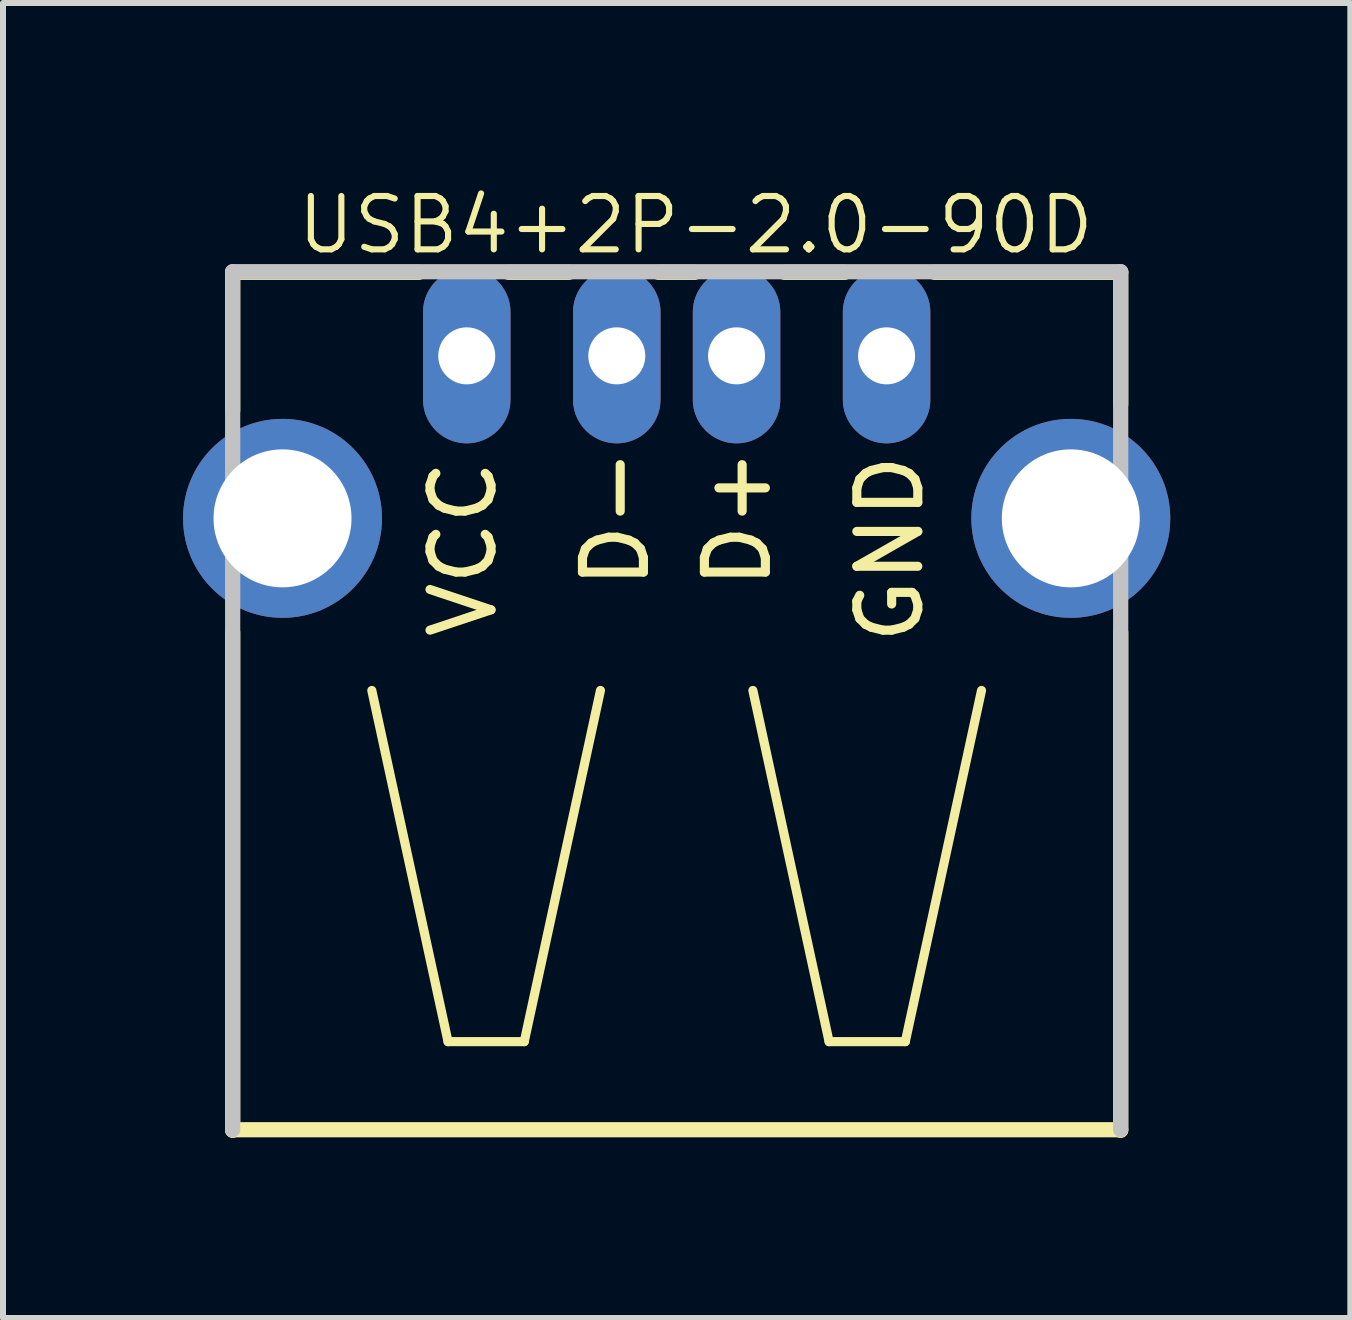
<source format=kicad_pcb>
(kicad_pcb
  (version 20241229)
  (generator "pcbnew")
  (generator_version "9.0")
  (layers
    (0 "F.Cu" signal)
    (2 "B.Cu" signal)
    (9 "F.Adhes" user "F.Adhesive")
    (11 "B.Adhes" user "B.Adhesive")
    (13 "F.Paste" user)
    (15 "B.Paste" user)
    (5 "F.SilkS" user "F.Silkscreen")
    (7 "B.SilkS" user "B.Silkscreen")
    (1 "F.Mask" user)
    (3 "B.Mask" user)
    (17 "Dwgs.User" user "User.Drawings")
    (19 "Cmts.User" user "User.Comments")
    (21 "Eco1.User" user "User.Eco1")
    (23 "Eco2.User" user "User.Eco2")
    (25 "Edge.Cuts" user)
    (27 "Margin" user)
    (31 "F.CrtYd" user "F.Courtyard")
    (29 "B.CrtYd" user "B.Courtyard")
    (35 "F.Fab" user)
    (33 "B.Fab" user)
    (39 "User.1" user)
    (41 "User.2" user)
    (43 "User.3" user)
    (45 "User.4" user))
  (footprint "USB4+2P-2.0-90D"
    (layer "F.Cu")
    (at 8.226 5.588)
    (property "Reference" "USB4+2P-2.0-90D" (at 0.318 -4.889 0) (layer "F.SilkS") (effects (font (size 0.889 0.889) (thickness 0.102))))
    (attr exclude_from_pos_files exclude_from_bom)
    (fp_line (start -7.399 -4.1) (end -7.399 -1.798) (stroke (width 0.254) (type solid)) (layer "F.SilkS"))
    (fp_line (start -7.399 10.188) (end 7.399 10.188) (stroke (width 0.254) (type solid)) (layer "F.SilkS"))
    (fp_line (start -7.399 10.198) (end -7.399 1.9) (stroke (width 0.254) (type solid)) (layer "F.SilkS"))
    (fp_line (start -5.08 2.868) (end -3.81 8.72) (stroke (width 0.152) (type solid)) (layer "F.SilkS"))
    (fp_line (start -4.298 -4.1) (end -7.399 -4.1) (stroke (width 0.254) (type solid)) (layer "F.SilkS"))
    (fp_line (start -3.81 8.72) (end -2.54 8.72) (stroke (width 0.152) (type solid)) (layer "F.SilkS"))
    (fp_line (start -2.799 -4.1) (end -1.798 -4.1) (stroke (width 0.254) (type solid)) (layer "F.SilkS"))
    (fp_line (start -2.54 8.72) (end -1.27 2.868) (stroke (width 0.152) (type solid)) (layer "F.SilkS"))
    (fp_line (start -0.3 -4.1) (end 0.3 -4.1) (stroke (width 0.254) (type solid)) (layer "F.SilkS"))
    (fp_line (start 1.27 2.868) (end 2.54 8.72) (stroke (width 0.152) (type solid)) (layer "F.SilkS"))
    (fp_line (start 1.798 -4.1) (end 2.799 -4.1) (stroke (width 0.254) (type solid)) (layer "F.SilkS"))
    (fp_line (start 2.54 8.72) (end 3.81 8.72) (stroke (width 0.152) (type solid)) (layer "F.SilkS"))
    (fp_line (start 3.81 8.72) (end 5.08 2.868) (stroke (width 0.152) (type solid)) (layer "F.SilkS"))
    (fp_line (start 4.298 -4.1) (end 7.399 -4.1) (stroke (width 0.254) (type solid)) (layer "F.SilkS"))
    (fp_line (start 7.399 -4.1) (end 7.399 -1.9) (stroke (width 0.254) (type solid)) (layer "F.SilkS"))
    (fp_line (start 7.399 1.9) (end 7.399 10.198) (stroke (width 0.254) (type solid)) (layer "F.SilkS"))
    (fp_line (start -7.399 -4.11) (end -7.399 10.188) (stroke (width 0.254) (type solid)) (layer "Dwgs.User"))
    (fp_line (start 7.399 -4.11) (end -7.399 -4.11) (stroke (width 0.254) (type solid)) (layer "Dwgs.User"))
    (fp_line (start 7.399 10.188) (end 7.399 -4.11) (stroke (width 0.254) (type solid)) (layer "Dwgs.User"))
    (fp_text user "D-" (at -1.016 0 270) (layer "F.SilkS") (effects (font (size 1.016 1.016) (thickness 0.152))))
    (fp_text user "D+" (at 1.016 0 270) (layer "F.SilkS") (effects (font (size 1.016 1.016) (thickness 0.152))))
    (fp_text user "VCC" (at -3.556 0.508 270) (layer "F.SilkS") (effects (font (size 1.016 1.016) (thickness 0.152))))
    (fp_text user "GND" (at 3.556 0.508 270) (layer "F.SilkS") (effects (font (size 1.016 1.016) (thickness 0.152))))
    (pad "1" thru_hole oval (at -3.498 -2.708 180) (size 1.458 2.916) (drill 0.95) (layers "*.Cu" "*.Paste" "*.Mask"))
    (pad "2" thru_hole oval (at -0.998 -2.708 180) (size 1.458 2.916) (drill 0.95) (layers "*.Cu" "*.Paste" "*.Mask"))
    (pad "3" thru_hole oval (at 0.998 -2.708 180) (size 1.458 2.916) (drill 0.95) (layers "*.Cu" "*.Paste" "*.Mask"))
    (pad "4" thru_hole oval (at 3.498 -2.708 180) (size 1.458 2.916) (drill 0.95) (layers "*.Cu" "*.Paste" "*.Mask"))
    (pad "SG1" thru_hole circle (at -6.568 0 180) (size 3.315 3.315) (drill 2.299) (layers "*.Cu" "*.Paste" "*.Mask"))
    (pad "SG2" thru_hole circle (at 6.568 0 180) (size 3.315 3.315) (drill 2.299) (layers "*.Cu" "*.Paste" "*.Mask")))
  (gr_rect
    (start -3 -3)
    (end 19.452 18.913)
    (stroke (width 0.1) (type default))
    (fill no)
    (layer "Edge.Cuts")))
</source>
